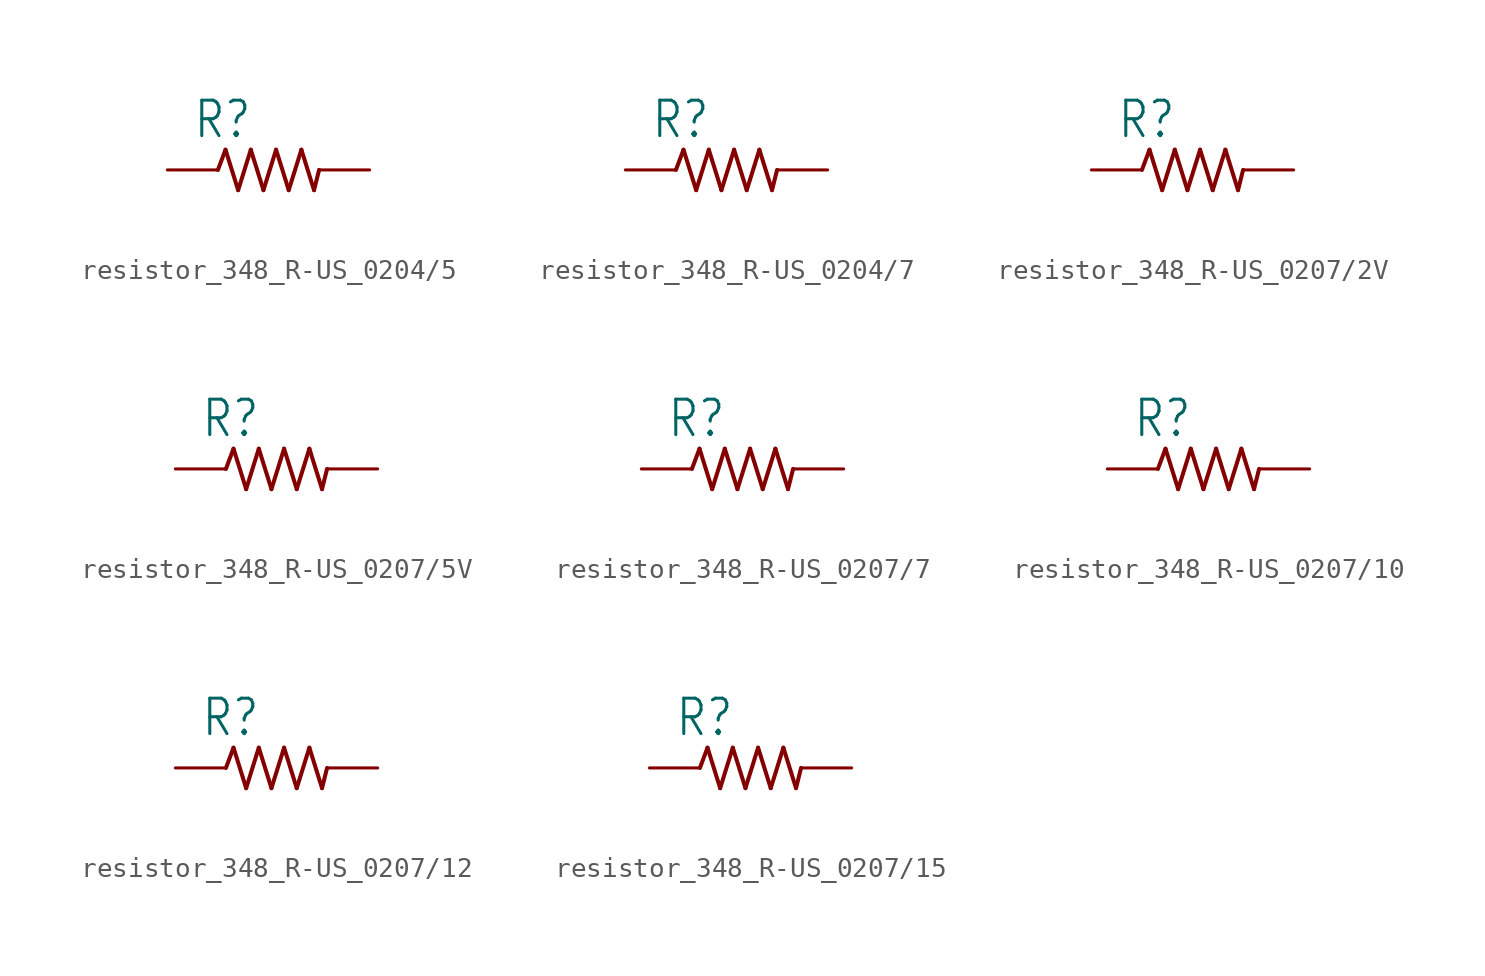
<source format=kicad_sym>
(kicad_symbol_lib
  (version 20241209)
  (generator "kicad_symbol_editor")
  (generator_version "9.0")
  (symbol "resistor_348_R-US_0204/5"
    (property "Reference" "R"
      (at -3.81 1.499 0)
      (effects (font (size 1.778 1.511)) (justify left bottom)))
    (property "Value" ""
      (at -3.81 -3.302 0)
      (effects (font (size 1.778 1.511)) (justify left bottom)))
    (property "ki_locked" ""
      (at 0 0 0)
      (effects (font (size 1.27 1.27))))
    (symbol "resistor_348_R-US_0204/5_1_0"
      (polyline (pts (xy -2.54 0) (xy -2.159 1.016)) (stroke (width 0.203) (type solid)) (fill (type none)))
      (polyline (pts (xy -2.159 1.016) (xy -1.524 -1.016)) (stroke (width 0.203) (type solid)) (fill (type none)))
      (polyline (pts (xy -1.524 -1.016) (xy -0.889 1.016)) (stroke (width 0.203) (type solid)) (fill (type none)))
      (polyline (pts (xy -0.889 1.016) (xy -0.254 -1.016)) (stroke (width 0.203) (type solid)) (fill (type none)))
      (polyline (pts (xy -0.254 -1.016) (xy 0.381 1.016)) (stroke (width 0.203) (type solid)) (fill (type none)))
      (polyline (pts (xy 0.381 1.016) (xy 1.016 -1.016)) (stroke (width 0.203) (type solid)) (fill (type none)))
      (polyline (pts (xy 1.016 -1.016) (xy 1.651 1.016)) (stroke (width 0.203) (type solid)) (fill (type none)))
      (polyline (pts (xy 1.651 1.016) (xy 2.286 -1.016)) (stroke (width 0.203) (type solid)) (fill (type none)))
      (polyline (pts (xy 2.286 -1.016) (xy 2.54 0)) (stroke (width 0.203) (type solid)) (fill (type none)))
      (pin passive line (at -5.08 0 0) (length 2.54) (name "1" (effects (font (size 0 0)))) (number "1" (effects (font (size 0 0)))))
      (pin passive line (at 5.08 0 180) (length 2.54) (name "2" (effects (font (size 0 0)))) (number "2" (effects (font (size 0 0)))))))
  (symbol "resistor_348_R-US_0204/7"
    (property "Reference" "R"
      (at -3.81 1.499 0)
      (effects (font (size 1.778 1.511)) (justify left bottom)))
    (property "Value" ""
      (at -3.81 -3.302 0)
      (effects (font (size 1.778 1.511)) (justify left bottom)))
    (property "ki_locked" ""
      (at 0 0 0)
      (effects (font (size 1.27 1.27))))
    (symbol "resistor_348_R-US_0204/7_1_0"
      (polyline (pts (xy -2.54 0) (xy -2.159 1.016)) (stroke (width 0.203) (type solid)) (fill (type none)))
      (polyline (pts (xy -2.159 1.016) (xy -1.524 -1.016)) (stroke (width 0.203) (type solid)) (fill (type none)))
      (polyline (pts (xy -1.524 -1.016) (xy -0.889 1.016)) (stroke (width 0.203) (type solid)) (fill (type none)))
      (polyline (pts (xy -0.889 1.016) (xy -0.254 -1.016)) (stroke (width 0.203) (type solid)) (fill (type none)))
      (polyline (pts (xy -0.254 -1.016) (xy 0.381 1.016)) (stroke (width 0.203) (type solid)) (fill (type none)))
      (polyline (pts (xy 0.381 1.016) (xy 1.016 -1.016)) (stroke (width 0.203) (type solid)) (fill (type none)))
      (polyline (pts (xy 1.016 -1.016) (xy 1.651 1.016)) (stroke (width 0.203) (type solid)) (fill (type none)))
      (polyline (pts (xy 1.651 1.016) (xy 2.286 -1.016)) (stroke (width 0.203) (type solid)) (fill (type none)))
      (polyline (pts (xy 2.286 -1.016) (xy 2.54 0)) (stroke (width 0.203) (type solid)) (fill (type none)))
      (pin passive line (at -5.08 0 0) (length 2.54) (name "1" (effects (font (size 0 0)))) (number "1" (effects (font (size 0 0)))))
      (pin passive line (at 5.08 0 180) (length 2.54) (name "2" (effects (font (size 0 0)))) (number "2" (effects (font (size 0 0)))))))
  (symbol "resistor_348_R-US_0207/2V"
    (property "Reference" "R"
      (at -3.81 1.499 0)
      (effects (font (size 1.778 1.511)) (justify left bottom)))
    (property "Value" ""
      (at -3.81 -3.302 0)
      (effects (font (size 1.778 1.511)) (justify left bottom)))
    (property "ki_locked" ""
      (at 0 0 0)
      (effects (font (size 1.27 1.27))))
    (symbol "resistor_348_R-US_0207/2V_1_0"
      (polyline (pts (xy -2.54 0) (xy -2.159 1.016)) (stroke (width 0.203) (type solid)) (fill (type none)))
      (polyline (pts (xy -2.159 1.016) (xy -1.524 -1.016)) (stroke (width 0.203) (type solid)) (fill (type none)))
      (polyline (pts (xy -1.524 -1.016) (xy -0.889 1.016)) (stroke (width 0.203) (type solid)) (fill (type none)))
      (polyline (pts (xy -0.889 1.016) (xy -0.254 -1.016)) (stroke (width 0.203) (type solid)) (fill (type none)))
      (polyline (pts (xy -0.254 -1.016) (xy 0.381 1.016)) (stroke (width 0.203) (type solid)) (fill (type none)))
      (polyline (pts (xy 0.381 1.016) (xy 1.016 -1.016)) (stroke (width 0.203) (type solid)) (fill (type none)))
      (polyline (pts (xy 1.016 -1.016) (xy 1.651 1.016)) (stroke (width 0.203) (type solid)) (fill (type none)))
      (polyline (pts (xy 1.651 1.016) (xy 2.286 -1.016)) (stroke (width 0.203) (type solid)) (fill (type none)))
      (polyline (pts (xy 2.286 -1.016) (xy 2.54 0)) (stroke (width 0.203) (type solid)) (fill (type none)))
      (pin passive line (at -5.08 0 0) (length 2.54) (name "1" (effects (font (size 0 0)))) (number "1" (effects (font (size 0 0)))))
      (pin passive line (at 5.08 0 180) (length 2.54) (name "2" (effects (font (size 0 0)))) (number "2" (effects (font (size 0 0)))))))
  (symbol "resistor_348_R-US_0207/5V"
    (property "Reference" "R"
      (at -3.81 1.499 0)
      (effects (font (size 1.778 1.511)) (justify left bottom)))
    (property "Value" ""
      (at -3.81 -3.302 0)
      (effects (font (size 1.778 1.511)) (justify left bottom)))
    (property "ki_locked" ""
      (at 0 0 0)
      (effects (font (size 1.27 1.27))))
    (symbol "resistor_348_R-US_0207/5V_1_0"
      (polyline (pts (xy -2.54 0) (xy -2.159 1.016)) (stroke (width 0.203) (type solid)) (fill (type none)))
      (polyline (pts (xy -2.159 1.016) (xy -1.524 -1.016)) (stroke (width 0.203) (type solid)) (fill (type none)))
      (polyline (pts (xy -1.524 -1.016) (xy -0.889 1.016)) (stroke (width 0.203) (type solid)) (fill (type none)))
      (polyline (pts (xy -0.889 1.016) (xy -0.254 -1.016)) (stroke (width 0.203) (type solid)) (fill (type none)))
      (polyline (pts (xy -0.254 -1.016) (xy 0.381 1.016)) (stroke (width 0.203) (type solid)) (fill (type none)))
      (polyline (pts (xy 0.381 1.016) (xy 1.016 -1.016)) (stroke (width 0.203) (type solid)) (fill (type none)))
      (polyline (pts (xy 1.016 -1.016) (xy 1.651 1.016)) (stroke (width 0.203) (type solid)) (fill (type none)))
      (polyline (pts (xy 1.651 1.016) (xy 2.286 -1.016)) (stroke (width 0.203) (type solid)) (fill (type none)))
      (polyline (pts (xy 2.286 -1.016) (xy 2.54 0)) (stroke (width 0.203) (type solid)) (fill (type none)))
      (pin passive line (at -5.08 0 0) (length 2.54) (name "1" (effects (font (size 0 0)))) (number "1" (effects (font (size 0 0)))))
      (pin passive line (at 5.08 0 180) (length 2.54) (name "2" (effects (font (size 0 0)))) (number "2" (effects (font (size 0 0)))))))
  (symbol "resistor_348_R-US_0207/7"
    (property "Reference" "R"
      (at -3.81 1.499 0)
      (effects (font (size 1.778 1.511)) (justify left bottom)))
    (property "Value" ""
      (at -3.81 -3.302 0)
      (effects (font (size 1.778 1.511)) (justify left bottom)))
    (property "ki_locked" ""
      (at 0 0 0)
      (effects (font (size 1.27 1.27))))
    (symbol "resistor_348_R-US_0207/7_1_0"
      (polyline (pts (xy -2.54 0) (xy -2.159 1.016)) (stroke (width 0.203) (type solid)) (fill (type none)))
      (polyline (pts (xy -2.159 1.016) (xy -1.524 -1.016)) (stroke (width 0.203) (type solid)) (fill (type none)))
      (polyline (pts (xy -1.524 -1.016) (xy -0.889 1.016)) (stroke (width 0.203) (type solid)) (fill (type none)))
      (polyline (pts (xy -0.889 1.016) (xy -0.254 -1.016)) (stroke (width 0.203) (type solid)) (fill (type none)))
      (polyline (pts (xy -0.254 -1.016) (xy 0.381 1.016)) (stroke (width 0.203) (type solid)) (fill (type none)))
      (polyline (pts (xy 0.381 1.016) (xy 1.016 -1.016)) (stroke (width 0.203) (type solid)) (fill (type none)))
      (polyline (pts (xy 1.016 -1.016) (xy 1.651 1.016)) (stroke (width 0.203) (type solid)) (fill (type none)))
      (polyline (pts (xy 1.651 1.016) (xy 2.286 -1.016)) (stroke (width 0.203) (type solid)) (fill (type none)))
      (polyline (pts (xy 2.286 -1.016) (xy 2.54 0)) (stroke (width 0.203) (type solid)) (fill (type none)))
      (pin passive line (at -5.08 0 0) (length 2.54) (name "1" (effects (font (size 0 0)))) (number "1" (effects (font (size 0 0)))))
      (pin passive line (at 5.08 0 180) (length 2.54) (name "2" (effects (font (size 0 0)))) (number "2" (effects (font (size 0 0)))))))
  (symbol "resistor_348_R-US_0207/10"
    (property "Reference" "R"
      (at -3.81 1.499 0)
      (effects (font (size 1.778 1.511)) (justify left bottom)))
    (property "Value" ""
      (at -3.81 -3.302 0)
      (effects (font (size 1.778 1.511)) (justify left bottom)))
    (property "ki_locked" ""
      (at 0 0 0)
      (effects (font (size 1.27 1.27))))
    (symbol "resistor_348_R-US_0207/10_1_0"
      (polyline (pts (xy -2.54 0) (xy -2.159 1.016)) (stroke (width 0.203) (type solid)) (fill (type none)))
      (polyline (pts (xy -2.159 1.016) (xy -1.524 -1.016)) (stroke (width 0.203) (type solid)) (fill (type none)))
      (polyline (pts (xy -1.524 -1.016) (xy -0.889 1.016)) (stroke (width 0.203) (type solid)) (fill (type none)))
      (polyline (pts (xy -0.889 1.016) (xy -0.254 -1.016)) (stroke (width 0.203) (type solid)) (fill (type none)))
      (polyline (pts (xy -0.254 -1.016) (xy 0.381 1.016)) (stroke (width 0.203) (type solid)) (fill (type none)))
      (polyline (pts (xy 0.381 1.016) (xy 1.016 -1.016)) (stroke (width 0.203) (type solid)) (fill (type none)))
      (polyline (pts (xy 1.016 -1.016) (xy 1.651 1.016)) (stroke (width 0.203) (type solid)) (fill (type none)))
      (polyline (pts (xy 1.651 1.016) (xy 2.286 -1.016)) (stroke (width 0.203) (type solid)) (fill (type none)))
      (polyline (pts (xy 2.286 -1.016) (xy 2.54 0)) (stroke (width 0.203) (type solid)) (fill (type none)))
      (pin passive line (at -5.08 0 0) (length 2.54) (name "1" (effects (font (size 0 0)))) (number "1" (effects (font (size 0 0)))))
      (pin passive line (at 5.08 0 180) (length 2.54) (name "2" (effects (font (size 0 0)))) (number "2" (effects (font (size 0 0)))))))
  (symbol "resistor_348_R-US_0207/12"
    (property "Reference" "R"
      (at -3.81 1.499 0)
      (effects (font (size 1.778 1.511)) (justify left bottom)))
    (property "Value" ""
      (at -3.81 -3.302 0)
      (effects (font (size 1.778 1.511)) (justify left bottom)))
    (property "ki_locked" ""
      (at 0 0 0)
      (effects (font (size 1.27 1.27))))
    (symbol "resistor_348_R-US_0207/12_1_0"
      (polyline (pts (xy -2.54 0) (xy -2.159 1.016)) (stroke (width 0.203) (type solid)) (fill (type none)))
      (polyline (pts (xy -2.159 1.016) (xy -1.524 -1.016)) (stroke (width 0.203) (type solid)) (fill (type none)))
      (polyline (pts (xy -1.524 -1.016) (xy -0.889 1.016)) (stroke (width 0.203) (type solid)) (fill (type none)))
      (polyline (pts (xy -0.889 1.016) (xy -0.254 -1.016)) (stroke (width 0.203) (type solid)) (fill (type none)))
      (polyline (pts (xy -0.254 -1.016) (xy 0.381 1.016)) (stroke (width 0.203) (type solid)) (fill (type none)))
      (polyline (pts (xy 0.381 1.016) (xy 1.016 -1.016)) (stroke (width 0.203) (type solid)) (fill (type none)))
      (polyline (pts (xy 1.016 -1.016) (xy 1.651 1.016)) (stroke (width 0.203) (type solid)) (fill (type none)))
      (polyline (pts (xy 1.651 1.016) (xy 2.286 -1.016)) (stroke (width 0.203) (type solid)) (fill (type none)))
      (polyline (pts (xy 2.286 -1.016) (xy 2.54 0)) (stroke (width 0.203) (type solid)) (fill (type none)))
      (pin passive line (at -5.08 0 0) (length 2.54) (name "1" (effects (font (size 0 0)))) (number "1" (effects (font (size 0 0)))))
      (pin passive line (at 5.08 0 180) (length 2.54) (name "2" (effects (font (size 0 0)))) (number "2" (effects (font (size 0 0)))))))
  (symbol "resistor_348_R-US_0207/15"
    (property "Reference" "R"
      (at -3.81 1.499 0)
      (effects (font (size 1.778 1.511)) (justify left bottom)))
    (property "Value" ""
      (at -3.81 -3.302 0)
      (effects (font (size 1.778 1.511)) (justify left bottom)))
    (property "ki_locked" ""
      (at 0 0 0)
      (effects (font (size 1.27 1.27))))
    (symbol "resistor_348_R-US_0207/15_1_0"
      (polyline (pts (xy -2.54 0) (xy -2.159 1.016)) (stroke (width 0.203) (type solid)) (fill (type none)))
      (polyline (pts (xy -2.159 1.016) (xy -1.524 -1.016)) (stroke (width 0.203) (type solid)) (fill (type none)))
      (polyline (pts (xy -1.524 -1.016) (xy -0.889 1.016)) (stroke (width 0.203) (type solid)) (fill (type none)))
      (polyline (pts (xy -0.889 1.016) (xy -0.254 -1.016)) (stroke (width 0.203) (type solid)) (fill (type none)))
      (polyline (pts (xy -0.254 -1.016) (xy 0.381 1.016)) (stroke (width 0.203) (type solid)) (fill (type none)))
      (polyline (pts (xy 0.381 1.016) (xy 1.016 -1.016)) (stroke (width 0.203) (type solid)) (fill (type none)))
      (polyline (pts (xy 1.016 -1.016) (xy 1.651 1.016)) (stroke (width 0.203) (type solid)) (fill (type none)))
      (polyline (pts (xy 1.651 1.016) (xy 2.286 -1.016)) (stroke (width 0.203) (type solid)) (fill (type none)))
      (polyline (pts (xy 2.286 -1.016) (xy 2.54 0)) (stroke (width 0.203) (type solid)) (fill (type none)))
      (pin passive line (at -5.08 0 0) (length 2.54) (name "1" (effects (font (size 0 0)))) (number "1" (effects (font (size 0 0)))))
      (pin passive line (at 5.08 0 180) (length 2.54) (name "2" (effects (font (size 0 0)))) (number "2" (effects (font (size 0 0))))))))
</source>
